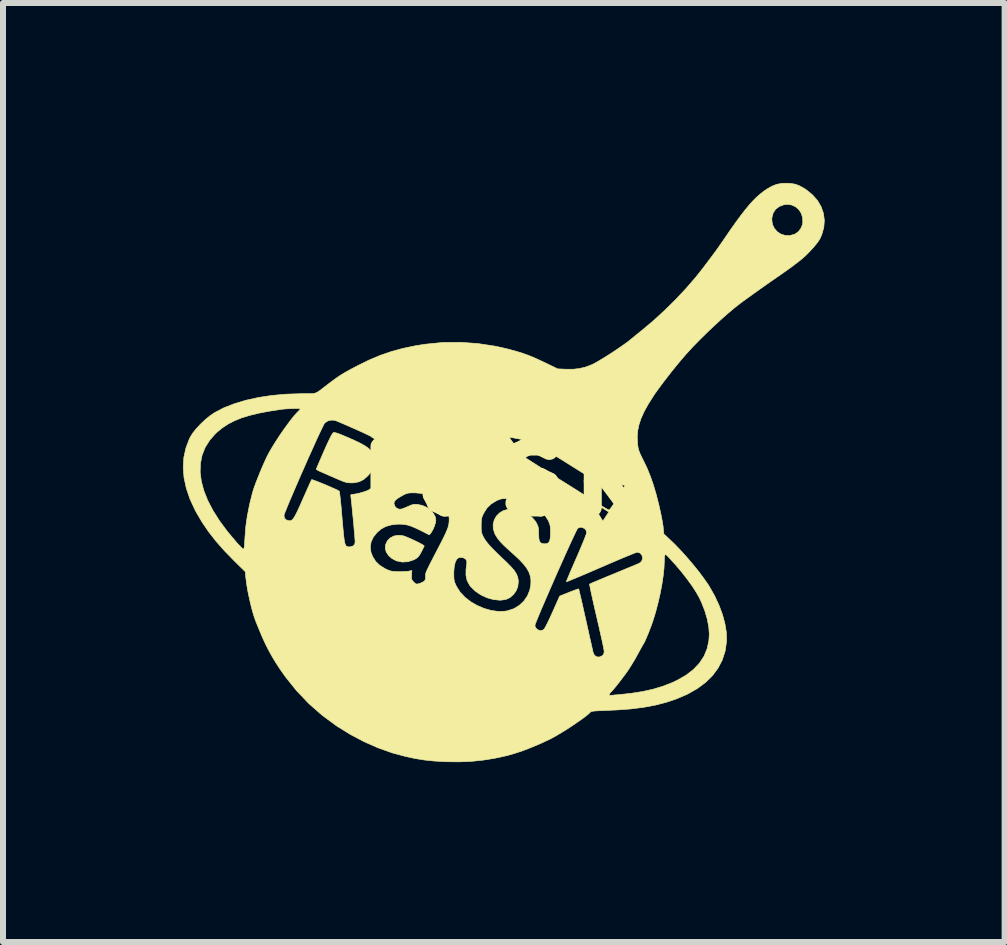
<source format=kicad_pcb>
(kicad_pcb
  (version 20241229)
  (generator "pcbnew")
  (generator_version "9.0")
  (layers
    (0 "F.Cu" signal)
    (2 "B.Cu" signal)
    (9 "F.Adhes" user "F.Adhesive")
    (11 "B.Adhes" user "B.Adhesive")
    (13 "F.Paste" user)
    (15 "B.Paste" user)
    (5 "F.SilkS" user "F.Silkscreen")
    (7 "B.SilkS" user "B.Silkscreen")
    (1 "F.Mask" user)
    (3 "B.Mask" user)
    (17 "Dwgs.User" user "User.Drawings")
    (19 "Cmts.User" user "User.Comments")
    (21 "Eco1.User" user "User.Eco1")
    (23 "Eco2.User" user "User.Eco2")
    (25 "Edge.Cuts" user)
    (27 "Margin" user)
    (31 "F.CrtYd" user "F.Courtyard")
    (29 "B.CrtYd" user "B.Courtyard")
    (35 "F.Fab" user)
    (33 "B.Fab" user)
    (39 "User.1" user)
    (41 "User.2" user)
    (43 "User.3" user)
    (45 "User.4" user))
  (footprint "rask"
    (layer "F.Cu")
    (at 5.309 4.722)
    (property "Reference" "rask" (at 0 0 0) (layer "F.SilkS") (effects (font (size 1.524 1.524) (thickness 0.3))))
    (attr through_hole)
    (fp_poly (pts (xy -1.652 1.158) (xy -1.621 1.166) (xy -1.577 1.183) (xy -1.524 1.205) (xy -1.468 1.231) (xy -1.412 1.257) (xy -1.361 1.283) (xy -1.32 1.306) (xy -1.293 1.323) (xy -1.286 1.332) (xy -1.321 1.403) (xy -1.348 1.455) (xy -1.372 1.493) (xy -1.394 1.519) (xy -1.418 1.538) (xy -1.447 1.555) (xy -1.464 1.563) (xy -1.557 1.593) (xy -1.651 1.599) (xy -1.744 1.58) (xy -1.758 1.575) (xy -1.827 1.538) (xy -1.881 1.489) (xy -1.919 1.432) (xy -1.936 1.37) (xy -1.931 1.312) (xy -1.902 1.247) (xy -1.854 1.197) (xy -1.792 1.165) (xy -1.718 1.152) (xy -1.652 1.158)) (stroke (width 0.01) (type solid)) (fill yes) (layer "F.SilkS"))
    (fp_poly (pts (xy -2.752 -0.554) (xy -2.707 -0.539) (xy -2.645 -0.514) (xy -2.564 -0.48) (xy -2.543 -0.471) (xy -2.43 -0.42) (xy -2.339 -0.376) (xy -2.268 -0.335) (xy -2.214 -0.296) (xy -2.174 -0.256) (xy -2.148 -0.215) (xy -2.132 -0.169) (xy -2.124 -0.116) (xy -2.123 -0.102) (xy -2.126 -0.023) (xy -2.146 0.046) (xy -2.185 0.113) (xy -2.225 0.16) (xy -2.295 0.222) (xy -2.373 0.261) (xy -2.461 0.278) (xy -2.496 0.279) (xy -2.531 0.278) (xy -2.562 0.275) (xy -2.595 0.268) (xy -2.635 0.255) (xy -2.685 0.235) (xy -2.753 0.206) (xy -2.775 0.196) (xy -2.845 0.166) (xy -2.911 0.137) (xy -2.968 0.112) (xy -3.011 0.093) (xy -3.026 0.087) (xy -3.06 0.07) (xy -3.082 0.057) (xy -3.086 0.051) (xy -3.081 0.038) (xy -3.067 0.004) (xy -3.046 -0.046) (xy -3.018 -0.11) (xy -2.986 -0.185) (xy -2.956 -0.254) (xy -2.912 -0.352) (xy -2.876 -0.429) (xy -2.848 -0.486) (xy -2.826 -0.526) (xy -2.81 -0.55) (xy -2.798 -0.56) (xy -2.798 -0.56) (xy -2.781 -0.561) (xy -2.752 -0.554)) (stroke (width 0.01) (type solid)) (fill yes) (layer "F.SilkS"))
    (fp_poly (pts (xy 4.756 -4.717) (xy 4.838 -4.712) (xy 4.907 -4.699) (xy 4.973 -4.673) (xy 5.045 -4.633) (xy 5.081 -4.61) (xy 5.186 -4.525) (xy 5.27 -4.43) (xy 5.331 -4.326) (xy 5.37 -4.215) (xy 5.385 -4.099) (xy 5.376 -3.981) (xy 5.343 -3.862) (xy 5.313 -3.794) (xy 5.285 -3.749) (xy 5.242 -3.693) (xy 5.189 -3.631) (xy 5.13 -3.568) (xy 5.069 -3.507) (xy 5.012 -3.456) (xy 4.983 -3.433) (xy 4.934 -3.395) (xy 4.884 -3.357) (xy 4.843 -3.326) (xy 4.839 -3.322) (xy 4.809 -3.301) (xy 4.764 -3.268) (xy 4.706 -3.228) (xy 4.643 -3.183) (xy 4.591 -3.148) (xy 4.505 -3.088) (xy 4.408 -3.02) (xy 4.306 -2.948) (xy 4.204 -2.875) (xy 4.108 -2.806) (xy 4.025 -2.746) (xy 3.983 -2.715) (xy 3.889 -2.641) (xy 3.782 -2.551) (xy 3.666 -2.449) (xy 3.546 -2.339) (xy 3.425 -2.224) (xy 3.308 -2.108) (xy 3.197 -1.995) (xy 3.098 -1.887) (xy 3.08 -1.867) (xy 3.007 -1.783) (xy 2.928 -1.688) (xy 2.846 -1.587) (xy 2.765 -1.483) (xy 2.687 -1.382) (xy 2.618 -1.288) (xy 2.559 -1.206) (xy 2.534 -1.168) (xy 2.448 -1.032) (xy 2.38 -0.909) (xy 2.329 -0.796) (xy 2.294 -0.69) (xy 2.273 -0.588) (xy 2.265 -0.486) (xy 2.271 -0.38) (xy 2.272 -0.367) (xy 2.278 -0.319) (xy 2.287 -0.278) (xy 2.3 -0.239) (xy 2.319 -0.193) (xy 2.348 -0.135) (xy 2.365 -0.1) (xy 2.428 0.03) (xy 2.484 0.167) (xy 2.535 0.314) (xy 2.583 0.477) (xy 2.629 0.658) (xy 2.659 0.794) (xy 2.673 0.864) (xy 2.686 0.936) (xy 2.696 1) (xy 2.7 1.039) (xy 2.709 1.131) (xy 2.786 1.202) (xy 2.884 1.295) (xy 2.987 1.402) (xy 3.092 1.518) (xy 3.194 1.638) (xy 3.291 1.758) (xy 3.376 1.872) (xy 3.448 1.975) (xy 3.466 2.004) (xy 3.554 2.159) (xy 3.628 2.317) (xy 3.686 2.473) (xy 3.727 2.625) (xy 3.751 2.769) (xy 3.756 2.902) (xy 3.754 2.927) (xy 3.731 3.084) (xy 3.684 3.23) (xy 3.614 3.365) (xy 3.522 3.49) (xy 3.407 3.604) (xy 3.27 3.706) (xy 3.111 3.797) (xy 3.083 3.81) (xy 2.922 3.879) (xy 2.751 3.937) (xy 2.569 3.984) (xy 2.371 4.021) (xy 2.157 4.048) (xy 1.922 4.065) (xy 1.765 4.072) (xy 1.665 4.076) (xy 1.586 4.08) (xy 1.531 4.085) (xy 1.499 4.091) (xy 1.492 4.094) (xy 1.458 4.127) (xy 1.405 4.171) (xy 1.337 4.221) (xy 1.258 4.276) (xy 1.173 4.334) (xy 1.084 4.392) (xy 0.996 4.446) (xy 0.912 4.496) (xy 0.836 4.538) (xy 0.798 4.557) (xy 0.645 4.628) (xy 0.491 4.693) (xy 0.342 4.75) (xy 0.204 4.795) (xy 0.09 4.827) (xy -0.113 4.871) (xy -0.308 4.902) (xy -0.501 4.922) (xy -0.7 4.93) (xy -0.914 4.928) (xy -0.965 4.926) (xy -1.127 4.916) (xy -1.278 4.9) (xy -1.429 4.876) (xy -1.587 4.843) (xy -1.818 4.781) (xy -2.052 4.698) (xy -2.287 4.595) (xy -2.516 4.474) (xy -2.736 4.338) (xy -2.748 4.33) (xy -2.987 4.154) (xy -3.209 3.959) (xy -3.343 3.818) (xy 1.797 3.818) (xy 1.8 3.823) (xy 1.816 3.822) (xy 1.852 3.819) (xy 1.902 3.814) (xy 1.956 3.81) (xy 2.168 3.787) (xy 2.359 3.757) (xy 2.533 3.718) (xy 2.694 3.669) (xy 2.844 3.611) (xy 2.939 3.566) (xy 3.083 3.483) (xy 3.204 3.389) (xy 3.303 3.284) (xy 3.379 3.169) (xy 3.431 3.043) (xy 3.46 2.908) (xy 3.467 2.802) (xy 3.458 2.682) (xy 3.433 2.55) (xy 3.392 2.411) (xy 3.337 2.271) (xy 3.3 2.193) (xy 3.248 2.101) (xy 3.18 1.996) (xy 3.098 1.883) (xy 3.006 1.765) (xy 2.906 1.647) (xy 2.802 1.532) (xy 2.76 1.489) (xy 2.742 1.475) (xy 2.729 1.477) (xy 2.722 1.499) (xy 2.718 1.543) (xy 2.717 1.584) (xy 2.712 1.699) (xy 2.698 1.831) (xy 2.676 1.976) (xy 2.647 2.128) (xy 2.612 2.281) (xy 2.573 2.43) (xy 2.53 2.57) (xy 2.503 2.649) (xy 2.476 2.719) (xy 2.45 2.787) (xy 2.424 2.849) (xy 2.402 2.9) (xy 2.385 2.937) (xy 2.376 2.952) (xy 2.367 2.967) (xy 2.347 3.001) (xy 2.321 3.048) (xy 2.29 3.105) (xy 2.275 3.132) (xy 2.236 3.204) (xy 2.191 3.279) (xy 2.148 3.349) (xy 2.111 3.406) (xy 2.107 3.412) (xy 2.072 3.461) (xy 2.03 3.517) (xy 1.986 3.575) (xy 1.942 3.632) (xy 1.901 3.683) (xy 1.866 3.725) (xy 1.84 3.754) (xy 1.828 3.766) (xy 1.814 3.781) (xy 1.802 3.801) (xy 1.797 3.818) (xy -3.343 3.818) (xy -3.413 3.745) (xy -3.598 3.515) (xy -3.683 3.395) (xy -3.753 3.288) (xy -3.816 3.185) (xy -3.873 3.083) (xy -3.928 2.976) (xy -3.982 2.859) (xy -4.037 2.728) (xy -4.066 2.657) (xy 0.559 2.657) (xy 0.57 2.691) (xy 0.598 2.721) (xy 0.635 2.74) (xy 0.654 2.743) (xy 0.686 2.735) (xy 0.71 2.721) (xy 0.722 2.703) (xy 0.743 2.666) (xy 0.77 2.612) (xy 0.802 2.546) (xy 0.836 2.472) (xy 0.854 2.433) (xy 0.972 2.167) (xy 1.128 2.104) (xy 1.186 2.081) (xy 1.235 2.063) (xy 1.27 2.051) (xy 1.288 2.046) (xy 1.289 2.047) (xy 1.293 2.06) (xy 1.301 2.095) (xy 1.314 2.15) (xy 1.331 2.222) (xy 1.351 2.308) (xy 1.373 2.406) (xy 1.397 2.513) (xy 1.409 2.566) (xy 1.434 2.677) (xy 1.457 2.782) (xy 1.478 2.877) (xy 1.497 2.959) (xy 1.512 3.026) (xy 1.523 3.075) (xy 1.529 3.104) (xy 1.531 3.109) (xy 1.551 3.151) (xy 1.584 3.177) (xy 1.625 3.183) (xy 1.629 3.183) (xy 1.665 3.17) (xy 1.691 3.154) (xy 1.71 3.122) (xy 1.714 3.087) (xy 1.711 3.065) (xy 1.703 3.022) (xy 1.69 2.959) (xy 1.673 2.88) (xy 1.652 2.787) (xy 1.629 2.684) (xy 1.603 2.573) (xy 1.588 2.508) (xy 1.562 2.396) (xy 1.538 2.291) (xy 1.517 2.196) (xy 1.499 2.115) (xy 1.485 2.048) (xy 1.476 2) (xy 1.471 1.972) (xy 1.471 1.966) (xy 1.485 1.96) (xy 1.519 1.944) (xy 1.571 1.922) (xy 1.638 1.894) (xy 1.717 1.861) (xy 1.806 1.824) (xy 1.873 1.797) (xy 1.969 1.757) (xy 2.058 1.72) (xy 2.138 1.687) (xy 2.206 1.659) (xy 2.258 1.637) (xy 2.292 1.622) (xy 2.302 1.617) (xy 2.337 1.588) (xy 2.353 1.55) (xy 2.352 1.51) (xy 2.336 1.473) (xy 2.306 1.446) (xy 2.264 1.435) (xy 2.263 1.435) (xy 2.247 1.44) (xy 2.21 1.454) (xy 2.154 1.477) (xy 2.082 1.506) (xy 1.996 1.542) (xy 1.899 1.583) (xy 1.792 1.629) (xy 1.679 1.678) (xy 1.664 1.684) (xy 1.551 1.733) (xy 1.445 1.779) (xy 1.348 1.82) (xy 1.263 1.856) (xy 1.192 1.885) (xy 1.137 1.908) (xy 1.101 1.922) (xy 1.085 1.927) (xy 1.085 1.927) (xy 1.088 1.914) (xy 1.101 1.881) (xy 1.122 1.831) (xy 1.149 1.765) (xy 1.183 1.687) (xy 1.221 1.599) (xy 1.251 1.532) (xy 1.292 1.437) (xy 1.329 1.349) (xy 1.362 1.27) (xy 1.389 1.202) (xy 1.409 1.15) (xy 1.42 1.116) (xy 1.422 1.105) (xy 1.41 1.065) (xy 1.389 1.042) (xy 1.344 1.019) (xy 1.302 1.021) (xy 1.272 1.038) (xy 1.263 1.054) (xy 1.244 1.09) (xy 1.217 1.146) (xy 1.184 1.217) (xy 1.144 1.303) (xy 1.1 1.4) (xy 1.052 1.506) (xy 1.002 1.619) (xy 0.949 1.737) (xy 0.896 1.857) (xy 0.844 1.976) (xy 0.793 2.093) (xy 0.744 2.206) (xy 0.699 2.311) (xy 0.658 2.406) (xy 0.623 2.49) (xy 0.595 2.559) (xy 0.574 2.612) (xy 0.562 2.645) (xy 0.559 2.657) (xy -4.066 2.657) (xy -4.098 2.578) (xy -4.103 2.563) (xy -4.129 2.488) (xy -4.156 2.395) (xy -4.183 2.288) (xy -4.208 2.175) (xy -4.231 2.063) (xy -4.248 1.957) (xy -4.26 1.863) (xy -4.261 1.854) (xy -4.27 1.759) (xy -4.451 1.581) (xy -4.614 1.414) (xy -4.756 1.253) (xy -4.88 1.095) (xy -4.989 0.935) (xy -5.086 0.77) (xy -5.107 0.731) (xy -5.192 0.547) (xy -5.253 0.367) (xy -5.291 0.191) (xy -5.298 0.098) (xy -5.022 0.098) (xy -5.003 0.249) (xy -4.961 0.407) (xy -4.896 0.571) (xy -4.808 0.74) (xy -4.697 0.915) (xy -4.563 1.095) (xy -4.407 1.28) (xy -4.396 1.292) (xy -4.359 1.331) (xy -4.329 1.362) (xy -4.308 1.381) (xy -4.303 1.384) (xy -4.293 1.374) (xy -4.287 1.356) (xy -4.286 1.349) (xy -2.185 1.349) (xy -2.174 1.436) (xy -2.146 1.508) (xy -2.095 1.589) (xy -2.027 1.654) (xy -1.939 1.709) (xy -1.919 1.719) (xy -1.877 1.737) (xy -1.842 1.749) (xy -1.804 1.755) (xy -1.757 1.758) (xy -1.708 1.759) (xy -1.648 1.758) (xy -1.593 1.755) (xy -1.551 1.752) (xy -1.537 1.749) (xy -1.492 1.74) (xy -1.497 1.816) (xy -1.498 1.86) (xy -1.494 1.888) (xy -1.481 1.91) (xy -1.463 1.93) (xy -1.437 1.955) (xy -1.417 1.965) (xy -1.393 1.964) (xy -1.357 1.953) (xy -1.346 1.949) (xy -1.298 1.927) (xy -1.271 1.9) (xy -1.262 1.862) (xy -1.264 1.835) (xy -1.265 1.818) (xy -1.263 1.8) (xy -1.263 1.799) (xy -0.793 1.799) (xy -0.792 1.857) (xy -0.788 1.899) (xy -0.779 1.936) (xy -0.762 1.976) (xy -0.745 2.011) (xy -0.687 2.101) (xy -0.609 2.184) (xy -0.514 2.259) (xy -0.407 2.321) (xy -0.292 2.371) (xy -0.173 2.405) (xy -0.055 2.422) (xy 0.058 2.419) (xy 0.104 2.411) (xy 0.207 2.377) (xy 0.298 2.322) (xy 0.375 2.25) (xy 0.435 2.163) (xy 0.475 2.064) (xy 0.491 1.973) (xy 0.493 1.901) (xy 0.483 1.834) (xy 0.461 1.769) (xy 0.425 1.704) (xy 0.372 1.635) (xy 0.302 1.56) (xy 0.212 1.476) (xy 0.181 1.448) (xy 0.097 1.373) (xy 0.032 1.311) (xy -0.019 1.258) (xy -0.058 1.21) (xy -0.088 1.164) (xy -0.11 1.124) (xy -0.135 1.045) (xy -0.137 0.968) (xy -0.118 0.896) (xy -0.082 0.832) (xy -0.03 0.78) (xy 0.035 0.741) (xy 0.111 0.72) (xy 0.195 0.718) (xy 0.223 0.723) (xy 0.334 0.753) (xy 0.431 0.797) (xy 0.511 0.854) (xy 0.57 0.921) (xy 0.587 0.952) (xy 0.605 0.99) (xy 0.616 1.025) (xy 0.621 1.066) (xy 0.622 1.122) (xy 0.622 1.133) (xy 0.625 1.201) (xy 0.634 1.248) (xy 0.652 1.276) (xy 0.681 1.291) (xy 0.723 1.295) (xy 0.724 1.295) (xy 0.761 1.291) (xy 0.788 1.275) (xy 0.806 1.245) (xy 0.815 1.196) (xy 0.819 1.127) (xy 0.819 1.105) (xy 0.818 1.046) (xy 0.815 1.003) (xy 0.807 0.968) (xy 0.793 0.931) (xy 0.778 0.899) (xy 0.717 0.805) (xy 0.634 0.722) (xy 0.53 0.651) (xy 0.404 0.592) (xy 0.37 0.58) (xy 1.489 0.58) (xy 1.497 0.594) (xy 1.516 0.626) (xy 1.543 0.671) (xy 1.577 0.726) (xy 1.593 0.753) (xy 1.692 0.916) (xy 1.72 0.874) (xy 1.745 0.836) (xy 1.768 0.801) (xy 1.77 0.798) (xy 1.792 0.765) (xy 1.705 0.71) (xy 1.652 0.677) (xy 1.597 0.642) (xy 1.551 0.612) (xy 1.517 0.592) (xy 1.495 0.58) (xy 1.489 0.58) (xy 0.37 0.58) (xy 0.362 0.576) (xy 0.307 0.559) (xy 0.258 0.548) (xy 0.204 0.543) (xy 0.137 0.541) (xy 0.127 0.541) (xy 0.065 0.541) (xy 0.021 0.543) (xy -0.013 0.549) (xy -0.045 0.56) (xy -0.083 0.577) (xy -0.092 0.582) (xy -0.172 0.632) (xy -0.238 0.696) (xy -0.292 0.78) (xy -0.302 0.8) (xy -0.319 0.837) (xy -0.329 0.872) (xy -0.334 0.911) (xy -0.336 0.964) (xy -0.336 0.991) (xy -0.336 1.049) (xy -0.333 1.09) (xy -0.325 1.123) (xy -0.312 1.156) (xy -0.292 1.194) (xy -0.272 1.227) (xy -0.247 1.262) (xy -0.215 1.302) (xy -0.173 1.348) (xy -0.12 1.403) (xy -0.053 1.469) (xy 0.029 1.548) (xy 0.085 1.6) (xy 0.158 1.674) (xy 0.213 1.737) (xy 0.25 1.795) (xy 0.273 1.85) (xy 0.282 1.906) (xy 0.283 1.93) (xy 0.274 2.01) (xy 0.245 2.08) (xy 0.202 2.14) (xy 0.144 2.191) (xy 0.077 2.222) (xy -0.004 2.234) (xy -0.026 2.235) (xy -0.133 2.224) (xy -0.24 2.194) (xy -0.343 2.146) (xy -0.434 2.084) (xy -0.509 2.011) (xy -0.529 1.985) (xy -0.571 1.908) (xy -0.59 1.821) (xy -0.589 1.722) (xy -0.585 1.693) (xy -0.578 1.644) (xy -0.576 1.602) (xy -0.578 1.575) (xy -0.578 1.574) (xy -0.599 1.546) (xy -0.636 1.527) (xy -0.679 1.52) (xy -0.71 1.526) (xy -0.743 1.55) (xy -0.768 1.598) (xy -0.785 1.668) (xy -0.793 1.759) (xy -0.793 1.799) (xy -1.263 1.799) (xy -1.257 1.777) (xy -1.245 1.746) (xy -1.226 1.705) (xy -1.2 1.651) (xy -1.164 1.581) (xy -1.118 1.491) (xy -1.105 1.467) (xy -1.046 1.353) (xy -0.997 1.259) (xy -0.959 1.182) (xy -0.929 1.12) (xy -0.907 1.068) (xy -0.891 1.026) (xy -0.881 0.989) (xy -0.874 0.955) (xy -0.871 0.923) (xy -0.87 0.887) (xy -0.87 0.883) (xy -0.874 0.807) (xy -0.889 0.746) (xy -0.918 0.692) (xy -0.965 0.636) (xy -0.978 0.624) (xy -1.071 0.548) (xy -1.179 0.492) (xy -1.3 0.458) (xy -1.433 0.445) (xy -1.446 0.445) (xy -1.504 0.445) (xy -1.545 0.448) (xy -1.578 0.456) (xy -1.611 0.469) (xy -1.65 0.49) (xy -1.714 0.527) (xy -1.756 0.558) (xy -1.781 0.586) (xy -1.79 0.614) (xy -1.79 0.621) (xy -1.778 0.666) (xy -1.748 0.699) (xy -1.707 0.717) (xy -1.667 0.716) (xy -1.638 0.706) (xy -1.595 0.689) (xy -1.552 0.67) (xy -1.504 0.649) (xy -1.466 0.638) (xy -1.428 0.636) (xy -1.398 0.638) (xy -1.318 0.655) (xy -1.244 0.687) (xy -1.181 0.732) (xy -1.132 0.787) (xy -1.101 0.847) (xy -1.092 0.901) (xy -1.099 0.945) (xy -1.116 1) (xy -1.14 1.056) (xy -1.166 1.101) (xy -1.172 1.11) (xy -1.201 1.146) (xy -1.34 1.075) (xy -1.43 1.032) (xy -1.504 1.001) (xy -1.569 0.981) (xy -1.629 0.97) (xy -1.692 0.967) (xy -1.739 0.968) (xy -1.842 0.981) (xy -1.929 1.006) (xy -2.004 1.048) (xy -2.071 1.104) (xy -2.134 1.182) (xy -2.172 1.263) (xy -2.185 1.349) (xy -4.286 1.349) (xy -4.284 1.332) (xy -4.281 1.289) (xy -4.278 1.234) (xy -4.274 1.175) (xy -4.261 1.007) (xy -4.235 0.825) (xy -4.234 0.823) (xy -3.624 0.823) (xy -3.616 0.867) (xy -3.588 0.895) (xy -3.548 0.909) (xy -3.527 0.911) (xy -3.507 0.907) (xy -3.487 0.894) (xy -3.466 0.871) (xy -3.443 0.834) (xy -3.415 0.782) (xy -3.382 0.712) (xy -3.342 0.623) (xy -3.308 0.546) (xy -3.271 0.463) (xy -3.238 0.388) (xy -3.209 0.323) (xy -3.186 0.272) (xy -3.17 0.238) (xy -3.163 0.225) (xy -3.149 0.227) (xy -3.117 0.238) (xy -3.071 0.255) (xy -3.014 0.278) (xy -2.952 0.303) (xy -2.888 0.33) (xy -2.827 0.357) (xy -2.774 0.38) (xy -2.732 0.4) (xy -2.707 0.414) (xy -2.702 0.418) (xy -2.699 0.432) (xy -2.694 0.469) (xy -2.687 0.525) (xy -2.68 0.597) (xy -2.671 0.683) (xy -2.663 0.78) (xy -2.656 0.862) (xy -2.645 0.985) (xy -2.636 1.086) (xy -2.628 1.165) (xy -2.62 1.227) (xy -2.612 1.273) (xy -2.603 1.305) (xy -2.592 1.326) (xy -2.579 1.338) (xy -2.564 1.344) (xy -2.545 1.346) (xy -2.53 1.346) (xy -2.492 1.34) (xy -2.463 1.326) (xy -2.462 1.325) (xy -2.443 1.294) (xy -2.438 1.259) (xy -2.44 1.234) (xy -2.443 1.189) (xy -2.448 1.127) (xy -2.455 1.053) (xy -2.462 0.97) (xy -2.47 0.883) (xy -2.479 0.796) (xy -2.487 0.713) (xy -2.494 0.639) (xy -2.501 0.578) (xy -2.506 0.533) (xy -2.508 0.518) (xy -2.511 0.486) (xy -2.505 0.473) (xy -2.487 0.47) (xy -2.486 0.47) (xy -2.437 0.465) (xy -2.375 0.452) (xy -2.309 0.434) (xy -2.248 0.413) (xy -2.213 0.398) (xy -2.151 0.358) (xy -2.088 0.302) (xy -2.03 0.237) (xy -1.986 0.171) (xy -1.975 0.15) (xy -1.935 0.037) (xy -1.919 -0.072) (xy -1.924 -0.144) (xy 0.401 -0.144) (xy 0.402 -0.14) (xy 0.414 -0.131) (xy 0.446 -0.111) (xy 0.496 -0.079) (xy 0.56 -0.038) (xy 0.637 0.011) (xy 0.726 0.067) (xy 0.822 0.128) (xy 0.926 0.193) (xy 0.927 0.194) (xy 1.038 0.263) (xy 1.148 0.332) (xy 1.254 0.399) (xy 1.354 0.462) (xy 1.443 0.519) (xy 1.52 0.567) (xy 1.581 0.606) (xy 1.613 0.626) (xy 1.672 0.663) (xy 1.724 0.694) (xy 1.764 0.717) (xy 1.79 0.73) (xy 1.797 0.732) (xy 1.809 0.72) (xy 1.83 0.692) (xy 1.859 0.651) (xy 1.882 0.615) (xy 1.912 0.568) (xy 1.936 0.529) (xy 1.951 0.502) (xy 1.955 0.494) (xy 1.945 0.485) (xy 1.917 0.465) (xy 1.873 0.437) (xy 1.819 0.401) (xy 1.756 0.362) (xy 1.685 0.318) (xy 1.629 0.283) (xy 1.681 0.283) (xy 1.69 0.29) (xy 1.716 0.308) (xy 1.753 0.334) (xy 1.798 0.363) (xy 1.846 0.394) (xy 1.892 0.423) (xy 1.931 0.447) (xy 1.959 0.463) (xy 1.97 0.469) (xy 1.98 0.459) (xy 1.999 0.433) (xy 2.022 0.396) (xy 2.024 0.394) (xy 2.044 0.356) (xy 2.057 0.329) (xy 2.059 0.318) (xy 2.058 0.318) (xy 2.042 0.316) (xy 2.006 0.313) (xy 1.954 0.308) (xy 1.891 0.301) (xy 1.866 0.298) (xy 1.801 0.292) (xy 1.746 0.287) (xy 1.706 0.284) (xy 1.684 0.283) (xy 1.681 0.283) (xy 1.629 0.283) (xy 1.599 0.264) (xy 1.504 0.205) (xy 1.407 0.144) (xy 1.314 0.086) (xy 1.28 0.065) (xy 1.137 -0.025) (xy 1.014 -0.102) (xy 0.91 -0.167) (xy 0.822 -0.221) (xy 0.75 -0.266) (xy 0.691 -0.302) (xy 0.645 -0.33) (xy 0.61 -0.35) (xy 0.583 -0.365) (xy 0.565 -0.374) (xy 0.553 -0.379) (xy 0.545 -0.381) (xy 0.54 -0.38) (xy 0.538 -0.379) (xy 0.522 -0.361) (xy 0.499 -0.328) (xy 0.473 -0.287) (xy 0.448 -0.242) (xy 0.425 -0.199) (xy 0.408 -0.165) (xy 0.401 -0.144) (xy -1.924 -0.144) (xy -1.927 -0.176) (xy -1.958 -0.273) (xy -2.012 -0.36) (xy -2.087 -0.437) (xy -2.153 -0.48) (xy 0.133 -0.48) (xy 0.139 -0.469) (xy 0.157 -0.443) (xy 0.185 -0.404) (xy 0.218 -0.359) (xy 0.254 -0.31) (xy 0.29 -0.262) (xy 0.323 -0.22) (xy 0.349 -0.188) (xy 0.365 -0.169) (xy 0.368 -0.166) (xy 0.377 -0.176) (xy 0.396 -0.204) (xy 0.423 -0.244) (xy 0.447 -0.283) (xy 0.479 -0.335) (xy 0.498 -0.37) (xy 0.507 -0.391) (xy 0.506 -0.403) (xy 0.498 -0.409) (xy 0.478 -0.415) (xy 0.44 -0.424) (xy 0.389 -0.435) (xy 0.332 -0.446) (xy 0.274 -0.458) (xy 0.219 -0.468) (xy 0.174 -0.476) (xy 0.144 -0.48) (xy 0.133 -0.48) (xy -2.153 -0.48) (xy -2.184 -0.501) (xy -2.196 -0.508) (xy -2.239 -0.528) (xy -2.297 -0.556) (xy -2.366 -0.587) (xy -2.44 -0.62) (xy -2.517 -0.654) (xy -2.592 -0.687) (xy -2.659 -0.716) (xy -2.716 -0.74) (xy -2.758 -0.757) (xy -2.778 -0.764) (xy -2.833 -0.768) (xy -2.89 -0.755) (xy -2.938 -0.726) (xy -2.945 -0.719) (xy -2.956 -0.701) (xy -2.976 -0.662) (xy -3.004 -0.605) (xy -3.039 -0.531) (xy -3.079 -0.445) (xy -3.123 -0.347) (xy -3.171 -0.24) (xy -3.222 -0.128) (xy -3.273 -0.011) (xy -3.325 0.106) (xy -3.376 0.223) (xy -3.425 0.336) (xy -3.471 0.443) (xy -3.513 0.541) (xy -3.55 0.629) (xy -3.58 0.703) (xy -3.604 0.762) (xy -3.619 0.802) (xy -3.624 0.822) (xy -3.624 0.823) (xy -4.234 0.823) (xy -4.198 0.638) (xy -4.152 0.454) (xy -4.141 0.415) (xy -4.123 0.36) (xy -4.097 0.288) (xy -4.064 0.204) (xy -4.028 0.114) (xy -3.99 0.023) (xy -3.952 -0.063) (xy -3.918 -0.138) (xy -3.902 -0.171) (xy -3.863 -0.244) (xy -3.814 -0.327) (xy -3.757 -0.418) (xy -3.695 -0.513) (xy -3.63 -0.607) (xy -3.566 -0.696) (xy -3.505 -0.777) (xy -3.45 -0.845) (xy -3.403 -0.897) (xy -3.386 -0.913) (xy -3.364 -0.937) (xy -3.353 -0.955) (xy -3.353 -0.957) (xy -3.365 -0.96) (xy -3.396 -0.962) (xy -3.443 -0.962) (xy -3.498 -0.96) (xy -3.558 -0.957) (xy -3.616 -0.953) (xy -3.667 -0.948) (xy -3.677 -0.946) (xy -3.872 -0.916) (xy -4.045 -0.883) (xy -4.197 -0.846) (xy -4.331 -0.805) (xy -4.449 -0.757) (xy -4.554 -0.703) (xy -4.649 -0.641) (xy -4.735 -0.571) (xy -4.766 -0.542) (xy -4.864 -0.431) (xy -4.939 -0.311) (xy -4.99 -0.182) (xy -5.017 -0.046) (xy -5.022 0.098) (xy -5.298 0.098) (xy -5.304 0.021) (xy -5.294 -0.145) (xy -5.259 -0.304) (xy -5.201 -0.456) (xy -5.184 -0.489) (xy -5.143 -0.554) (xy -5.085 -0.626) (xy -5.015 -0.701) (xy -4.939 -0.773) (xy -4.86 -0.838) (xy -4.786 -0.889) (xy -4.779 -0.893) (xy -4.626 -0.973) (xy -4.451 -1.041) (xy -4.258 -1.099) (xy -4.049 -1.145) (xy -3.826 -1.179) (xy -3.591 -1.2) (xy -3.348 -1.208) (xy -3.332 -1.208) (xy -3.25 -1.208) (xy -3.19 -1.208) (xy -3.144 -1.21) (xy -3.109 -1.216) (xy -3.078 -1.228) (xy -3.048 -1.245) (xy -3.013 -1.271) (xy -2.968 -1.306) (xy -2.95 -1.32) (xy -2.865 -1.385) (xy -2.794 -1.438) (xy -2.734 -1.481) (xy -2.677 -1.519) (xy -2.62 -1.554) (xy -2.558 -1.589) (xy -2.484 -1.629) (xy -2.399 -1.674) (xy -2.205 -1.769) (xy -2.017 -1.848) (xy -1.83 -1.912) (xy -1.635 -1.965) (xy -1.428 -2.008) (xy -1.27 -2.033) (xy -0.979 -2.062) (xy -0.686 -2.065) (xy -0.391 -2.044) (xy -0.095 -1.999) (xy 0.116 -1.951) (xy 0.236 -1.918) (xy 0.343 -1.886) (xy 0.442 -1.851) (xy 0.543 -1.81) (xy 0.652 -1.76) (xy 0.727 -1.725) (xy 0.939 -1.622) (xy 1.082 -1.616) (xy 1.2 -1.616) (xy 1.305 -1.628) (xy 1.406 -1.653) (xy 1.502 -1.689) (xy 1.546 -1.71) (xy 1.607 -1.744) (xy 1.68 -1.788) (xy 1.761 -1.838) (xy 1.846 -1.892) (xy 1.93 -1.948) (xy 2.01 -2.003) (xy 2.08 -2.053) (xy 2.138 -2.097) (xy 2.149 -2.106) (xy 2.2 -2.148) (xy 2.261 -2.198) (xy 2.323 -2.248) (xy 2.358 -2.276) (xy 2.541 -2.43) (xy 2.725 -2.599) (xy 2.906 -2.778) (xy 3.079 -2.962) (xy 3.238 -3.146) (xy 3.379 -3.324) (xy 3.386 -3.334) (xy 3.429 -3.391) (xy 3.472 -3.448) (xy 3.51 -3.499) (xy 3.534 -3.531) (xy 3.56 -3.566) (xy 3.596 -3.616) (xy 3.639 -3.677) (xy 3.684 -3.742) (xy 3.709 -3.778) (xy 3.812 -3.929) (xy 3.905 -4.06) (xy 3.94 -4.108) (xy 4.509 -4.108) (xy 4.52 -4.03) (xy 4.552 -3.963) (xy 4.6 -3.908) (xy 4.661 -3.869) (xy 4.731 -3.847) (xy 4.806 -3.844) (xy 4.882 -3.864) (xy 4.902 -3.873) (xy 4.954 -3.911) (xy 4.995 -3.966) (xy 5.021 -4.03) (xy 5.026 -4.06) (xy 5.023 -4.142) (xy 5 -4.216) (xy 4.959 -4.278) (xy 4.904 -4.325) (xy 4.838 -4.355) (xy 4.764 -4.365) (xy 4.71 -4.358) (xy 4.632 -4.329) (xy 4.572 -4.282) (xy 4.531 -4.219) (xy 4.511 -4.143) (xy 4.509 -4.108) (xy 3.94 -4.108) (xy 3.988 -4.173) (xy 4.063 -4.27) (xy 4.131 -4.353) (xy 4.195 -4.424) (xy 4.256 -4.485) (xy 4.316 -4.537) (xy 4.376 -4.584) (xy 4.43 -4.621) (xy 4.511 -4.667) (xy 4.586 -4.697) (xy 4.664 -4.713) (xy 4.755 -4.717) (xy 4.756 -4.717)) (stroke (width 0.01) (type solid)) (fill yes) (layer "F.SilkS")))
  (gr_rect
    (start -3 -3)
    (end 13.7 12.656)
    (stroke (width 0.1) (type default))
    (fill no)
    (layer "Edge.Cuts")))
</source>
